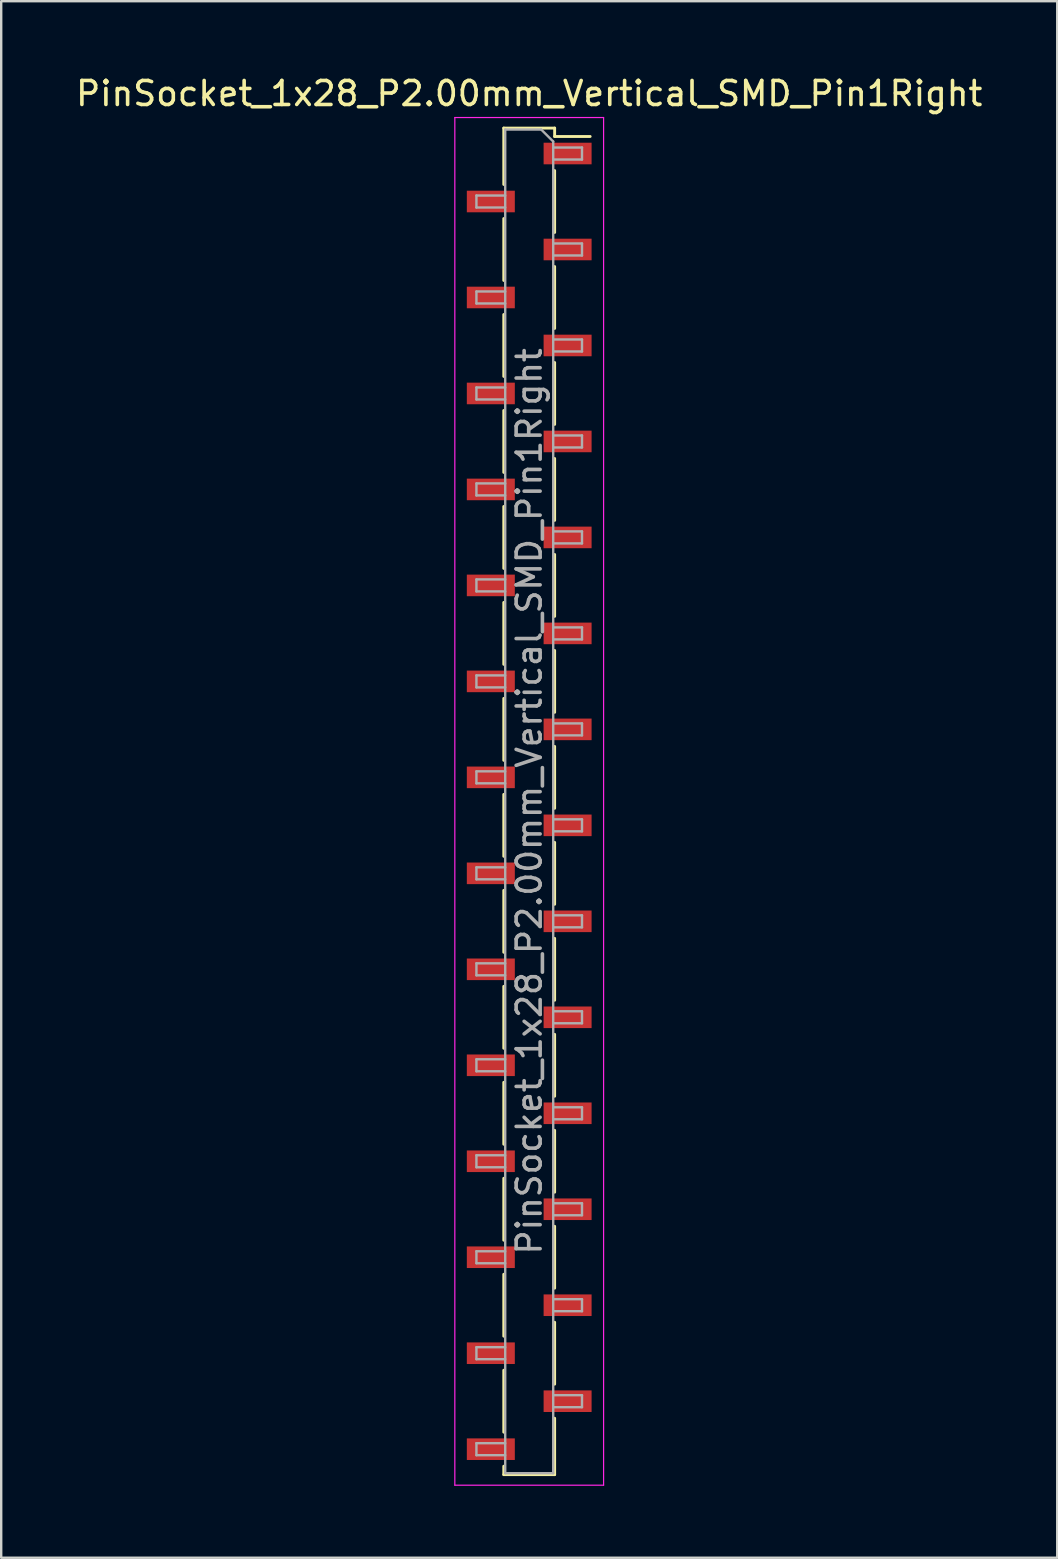
<source format=kicad_pcb>
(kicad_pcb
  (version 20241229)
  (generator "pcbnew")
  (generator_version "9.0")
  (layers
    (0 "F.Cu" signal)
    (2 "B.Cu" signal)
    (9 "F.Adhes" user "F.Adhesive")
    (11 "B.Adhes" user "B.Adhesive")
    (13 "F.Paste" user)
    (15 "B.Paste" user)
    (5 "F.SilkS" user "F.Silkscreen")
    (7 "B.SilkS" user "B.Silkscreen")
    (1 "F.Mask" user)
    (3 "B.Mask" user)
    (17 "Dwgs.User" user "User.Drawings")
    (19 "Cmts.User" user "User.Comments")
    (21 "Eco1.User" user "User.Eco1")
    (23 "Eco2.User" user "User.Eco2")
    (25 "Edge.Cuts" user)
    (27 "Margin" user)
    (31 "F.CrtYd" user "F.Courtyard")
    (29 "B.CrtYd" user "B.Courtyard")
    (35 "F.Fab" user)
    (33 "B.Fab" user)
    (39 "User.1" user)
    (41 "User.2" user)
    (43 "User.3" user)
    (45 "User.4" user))
  (footprint "PinSocket_1x28_P2.00mm_Vertical_SMD_Pin1Right"
    (layer "F.Cu")
    (at 19.006 30.348)
    (property "Reference" "PinSocket_1x28_P2.00mm_Vertical_SMD_Pin1Right" (at 0 -29.5 0) (layer "F.SilkS") (effects (font (size 1 1) (thickness 0.15))))
    (attr smd)
    (fp_line (start -1.06 -28.06) (end -1.06 -25.71) (stroke (width 0.12) (type solid)) (layer "F.SilkS"))
    (fp_line (start -1.06 -28.06) (end 1.06 -28.06) (stroke (width 0.12) (type solid)) (layer "F.SilkS"))
    (fp_line (start -1.06 -24.29) (end -1.06 -21.71) (stroke (width 0.12) (type solid)) (layer "F.SilkS"))
    (fp_line (start -1.06 -20.29) (end -1.06 -17.71) (stroke (width 0.12) (type solid)) (layer "F.SilkS"))
    (fp_line (start -1.06 -16.29) (end -1.06 -13.71) (stroke (width 0.12) (type solid)) (layer "F.SilkS"))
    (fp_line (start -1.06 -12.29) (end -1.06 -9.71) (stroke (width 0.12) (type solid)) (layer "F.SilkS"))
    (fp_line (start -1.06 -8.29) (end -1.06 -5.71) (stroke (width 0.12) (type solid)) (layer "F.SilkS"))
    (fp_line (start -1.06 -4.29) (end -1.06 -1.71) (stroke (width 0.12) (type solid)) (layer "F.SilkS"))
    (fp_line (start -1.06 -0.29) (end -1.06 2.29) (stroke (width 0.12) (type solid)) (layer "F.SilkS"))
    (fp_line (start -1.06 3.71) (end -1.06 6.29) (stroke (width 0.12) (type solid)) (layer "F.SilkS"))
    (fp_line (start -1.06 7.71) (end -1.06 10.29) (stroke (width 0.12) (type solid)) (layer "F.SilkS"))
    (fp_line (start -1.06 11.71) (end -1.06 14.29) (stroke (width 0.12) (type solid)) (layer "F.SilkS"))
    (fp_line (start -1.06 15.71) (end -1.06 18.29) (stroke (width 0.12) (type solid)) (layer "F.SilkS"))
    (fp_line (start -1.06 19.71) (end -1.06 22.29) (stroke (width 0.12) (type solid)) (layer "F.SilkS"))
    (fp_line (start -1.06 23.71) (end -1.06 26.29) (stroke (width 0.12) (type solid)) (layer "F.SilkS"))
    (fp_line (start -1.06 27.71) (end -1.06 28.06) (stroke (width 0.12) (type solid)) (layer "F.SilkS"))
    (fp_line (start -1.06 28.06) (end 1.06 28.06) (stroke (width 0.12) (type solid)) (layer "F.SilkS"))
    (fp_line (start 1.06 -28.06) (end 1.06 -27.71) (stroke (width 0.12) (type solid)) (layer "F.SilkS"))
    (fp_line (start 1.06 -27.71) (end 2.54 -27.71) (stroke (width 0.12) (type solid)) (layer "F.SilkS"))
    (fp_line (start 1.06 -26.29) (end 1.06 -23.71) (stroke (width 0.12) (type solid)) (layer "F.SilkS"))
    (fp_line (start 1.06 -22.29) (end 1.06 -19.71) (stroke (width 0.12) (type solid)) (layer "F.SilkS"))
    (fp_line (start 1.06 -18.29) (end 1.06 -15.71) (stroke (width 0.12) (type solid)) (layer "F.SilkS"))
    (fp_line (start 1.06 -14.29) (end 1.06 -11.71) (stroke (width 0.12) (type solid)) (layer "F.SilkS"))
    (fp_line (start 1.06 -10.29) (end 1.06 -7.71) (stroke (width 0.12) (type solid)) (layer "F.SilkS"))
    (fp_line (start 1.06 -6.29) (end 1.06 -3.71) (stroke (width 0.12) (type solid)) (layer "F.SilkS"))
    (fp_line (start 1.06 -2.29) (end 1.06 0.29) (stroke (width 0.12) (type solid)) (layer "F.SilkS"))
    (fp_line (start 1.06 1.71) (end 1.06 4.29) (stroke (width 0.12) (type solid)) (layer "F.SilkS"))
    (fp_line (start 1.06 5.71) (end 1.06 8.29) (stroke (width 0.12) (type solid)) (layer "F.SilkS"))
    (fp_line (start 1.06 9.71) (end 1.06 12.29) (stroke (width 0.12) (type solid)) (layer "F.SilkS"))
    (fp_line (start 1.06 13.71) (end 1.06 16.29) (stroke (width 0.12) (type solid)) (layer "F.SilkS"))
    (fp_line (start 1.06 17.71) (end 1.06 20.29) (stroke (width 0.12) (type solid)) (layer "F.SilkS"))
    (fp_line (start 1.06 21.71) (end 1.06 24.29) (stroke (width 0.12) (type solid)) (layer "F.SilkS"))
    (fp_line (start 1.06 25.71) (end 1.06 28.06) (stroke (width 0.12) (type solid)) (layer "F.SilkS"))
    (fp_line (start -3.1 -28.5) (end 3.1 -28.5) (stroke (width 0.05) (type solid)) (layer "F.CrtYd"))
    (fp_line (start -3.1 28.5) (end -3.1 -28.5) (stroke (width 0.05) (type solid)) (layer "F.CrtYd"))
    (fp_line (start 3.1 -28.5) (end 3.1 28.5) (stroke (width 0.05) (type solid)) (layer "F.CrtYd"))
    (fp_line (start 3.1 28.5) (end -3.1 28.5) (stroke (width 0.05) (type solid)) (layer "F.CrtYd"))
    (fp_line (start -2.2 -25.25) (end -1 -25.25) (stroke (width 0.1) (type solid)) (layer "F.Fab"))
    (fp_line (start -2.2 -24.75) (end -2.2 -25.25) (stroke (width 0.1) (type solid)) (layer "F.Fab"))
    (fp_line (start -2.2 -21.25) (end -1 -21.25) (stroke (width 0.1) (type solid)) (layer "F.Fab"))
    (fp_line (start -2.2 -20.75) (end -2.2 -21.25) (stroke (width 0.1) (type solid)) (layer "F.Fab"))
    (fp_line (start -2.2 -17.25) (end -1 -17.25) (stroke (width 0.1) (type solid)) (layer "F.Fab"))
    (fp_line (start -2.2 -16.75) (end -2.2 -17.25) (stroke (width 0.1) (type solid)) (layer "F.Fab"))
    (fp_line (start -2.2 -13.25) (end -1 -13.25) (stroke (width 0.1) (type solid)) (layer "F.Fab"))
    (fp_line (start -2.2 -12.75) (end -2.2 -13.25) (stroke (width 0.1) (type solid)) (layer "F.Fab"))
    (fp_line (start -2.2 -9.25) (end -1 -9.25) (stroke (width 0.1) (type solid)) (layer "F.Fab"))
    (fp_line (start -2.2 -8.75) (end -2.2 -9.25) (stroke (width 0.1) (type solid)) (layer "F.Fab"))
    (fp_line (start -2.2 -5.25) (end -1 -5.25) (stroke (width 0.1) (type solid)) (layer "F.Fab"))
    (fp_line (start -2.2 -4.75) (end -2.2 -5.25) (stroke (width 0.1) (type solid)) (layer "F.Fab"))
    (fp_line (start -2.2 -1.25) (end -1 -1.25) (stroke (width 0.1) (type solid)) (layer "F.Fab"))
    (fp_line (start -2.2 -0.75) (end -2.2 -1.25) (stroke (width 0.1) (type solid)) (layer "F.Fab"))
    (fp_line (start -2.2 2.75) (end -1 2.75) (stroke (width 0.1) (type solid)) (layer "F.Fab"))
    (fp_line (start -2.2 3.25) (end -2.2 2.75) (stroke (width 0.1) (type solid)) (layer "F.Fab"))
    (fp_line (start -2.2 6.75) (end -1 6.75) (stroke (width 0.1) (type solid)) (layer "F.Fab"))
    (fp_line (start -2.2 7.25) (end -2.2 6.75) (stroke (width 0.1) (type solid)) (layer "F.Fab"))
    (fp_line (start -2.2 10.75) (end -1 10.75) (stroke (width 0.1) (type solid)) (layer "F.Fab"))
    (fp_line (start -2.2 11.25) (end -2.2 10.75) (stroke (width 0.1) (type solid)) (layer "F.Fab"))
    (fp_line (start -2.2 14.75) (end -1 14.75) (stroke (width 0.1) (type solid)) (layer "F.Fab"))
    (fp_line (start -2.2 15.25) (end -2.2 14.75) (stroke (width 0.1) (type solid)) (layer "F.Fab"))
    (fp_line (start -2.2 18.75) (end -1 18.75) (stroke (width 0.1) (type solid)) (layer "F.Fab"))
    (fp_line (start -2.2 19.25) (end -2.2 18.75) (stroke (width 0.1) (type solid)) (layer "F.Fab"))
    (fp_line (start -2.2 22.75) (end -1 22.75) (stroke (width 0.1) (type solid)) (layer "F.Fab"))
    (fp_line (start -2.2 23.25) (end -2.2 22.75) (stroke (width 0.1) (type solid)) (layer "F.Fab"))
    (fp_line (start -2.2 26.75) (end -1 26.75) (stroke (width 0.1) (type solid)) (layer "F.Fab"))
    (fp_line (start -2.2 27.25) (end -2.2 26.75) (stroke (width 0.1) (type solid)) (layer "F.Fab"))
    (fp_line (start -1 -28) (end 0.5 -28) (stroke (width 0.1) (type solid)) (layer "F.Fab"))
    (fp_line (start -1 -24.75) (end -2.2 -24.75) (stroke (width 0.1) (type solid)) (layer "F.Fab"))
    (fp_line (start -1 -20.75) (end -2.2 -20.75) (stroke (width 0.1) (type solid)) (layer "F.Fab"))
    (fp_line (start -1 -16.75) (end -2.2 -16.75) (stroke (width 0.1) (type solid)) (layer "F.Fab"))
    (fp_line (start -1 -12.75) (end -2.2 -12.75) (stroke (width 0.1) (type solid)) (layer "F.Fab"))
    (fp_line (start -1 -8.75) (end -2.2 -8.75) (stroke (width 0.1) (type solid)) (layer "F.Fab"))
    (fp_line (start -1 -4.75) (end -2.2 -4.75) (stroke (width 0.1) (type solid)) (layer "F.Fab"))
    (fp_line (start -1 -0.75) (end -2.2 -0.75) (stroke (width 0.1) (type solid)) (layer "F.Fab"))
    (fp_line (start -1 3.25) (end -2.2 3.25) (stroke (width 0.1) (type solid)) (layer "F.Fab"))
    (fp_line (start -1 7.25) (end -2.2 7.25) (stroke (width 0.1) (type solid)) (layer "F.Fab"))
    (fp_line (start -1 11.25) (end -2.2 11.25) (stroke (width 0.1) (type solid)) (layer "F.Fab"))
    (fp_line (start -1 15.25) (end -2.2 15.25) (stroke (width 0.1) (type solid)) (layer "F.Fab"))
    (fp_line (start -1 19.25) (end -2.2 19.25) (stroke (width 0.1) (type solid)) (layer "F.Fab"))
    (fp_line (start -1 23.25) (end -2.2 23.25) (stroke (width 0.1) (type solid)) (layer "F.Fab"))
    (fp_line (start -1 27.25) (end -2.2 27.25) (stroke (width 0.1) (type solid)) (layer "F.Fab"))
    (fp_line (start -1 28) (end -1 -28) (stroke (width 0.1) (type solid)) (layer "F.Fab"))
    (fp_line (start 0.5 -28) (end 1 -27.5) (stroke (width 0.1) (type solid)) (layer "F.Fab"))
    (fp_line (start 1 -27.5) (end 1 28) (stroke (width 0.1) (type solid)) (layer "F.Fab"))
    (fp_line (start 1 -27.25) (end 2.2 -27.25) (stroke (width 0.1) (type solid)) (layer "F.Fab"))
    (fp_line (start 1 -23.25) (end 2.2 -23.25) (stroke (width 0.1) (type solid)) (layer "F.Fab"))
    (fp_line (start 1 -19.25) (end 2.2 -19.25) (stroke (width 0.1) (type solid)) (layer "F.Fab"))
    (fp_line (start 1 -15.25) (end 2.2 -15.25) (stroke (width 0.1) (type solid)) (layer "F.Fab"))
    (fp_line (start 1 -11.25) (end 2.2 -11.25) (stroke (width 0.1) (type solid)) (layer "F.Fab"))
    (fp_line (start 1 -7.25) (end 2.2 -7.25) (stroke (width 0.1) (type solid)) (layer "F.Fab"))
    (fp_line (start 1 -3.25) (end 2.2 -3.25) (stroke (width 0.1) (type solid)) (layer "F.Fab"))
    (fp_line (start 1 0.75) (end 2.2 0.75) (stroke (width 0.1) (type solid)) (layer "F.Fab"))
    (fp_line (start 1 4.75) (end 2.2 4.75) (stroke (width 0.1) (type solid)) (layer "F.Fab"))
    (fp_line (start 1 8.75) (end 2.2 8.75) (stroke (width 0.1) (type solid)) (layer "F.Fab"))
    (fp_line (start 1 12.75) (end 2.2 12.75) (stroke (width 0.1) (type solid)) (layer "F.Fab"))
    (fp_line (start 1 16.75) (end 2.2 16.75) (stroke (width 0.1) (type solid)) (layer "F.Fab"))
    (fp_line (start 1 20.75) (end 2.2 20.75) (stroke (width 0.1) (type solid)) (layer "F.Fab"))
    (fp_line (start 1 24.75) (end 2.2 24.75) (stroke (width 0.1) (type solid)) (layer "F.Fab"))
    (fp_line (start 1 28) (end -1 28) (stroke (width 0.1) (type solid)) (layer "F.Fab"))
    (fp_line (start 2.2 -27.25) (end 2.2 -26.75) (stroke (width 0.1) (type solid)) (layer "F.Fab"))
    (fp_line (start 2.2 -26.75) (end 1 -26.75) (stroke (width 0.1) (type solid)) (layer "F.Fab"))
    (fp_line (start 2.2 -23.25) (end 2.2 -22.75) (stroke (width 0.1) (type solid)) (layer "F.Fab"))
    (fp_line (start 2.2 -22.75) (end 1 -22.75) (stroke (width 0.1) (type solid)) (layer "F.Fab"))
    (fp_line (start 2.2 -19.25) (end 2.2 -18.75) (stroke (width 0.1) (type solid)) (layer "F.Fab"))
    (fp_line (start 2.2 -18.75) (end 1 -18.75) (stroke (width 0.1) (type solid)) (layer "F.Fab"))
    (fp_line (start 2.2 -15.25) (end 2.2 -14.75) (stroke (width 0.1) (type solid)) (layer "F.Fab"))
    (fp_line (start 2.2 -14.75) (end 1 -14.75) (stroke (width 0.1) (type solid)) (layer "F.Fab"))
    (fp_line (start 2.2 -11.25) (end 2.2 -10.75) (stroke (width 0.1) (type solid)) (layer "F.Fab"))
    (fp_line (start 2.2 -10.75) (end 1 -10.75) (stroke (width 0.1) (type solid)) (layer "F.Fab"))
    (fp_line (start 2.2 -7.25) (end 2.2 -6.75) (stroke (width 0.1) (type solid)) (layer "F.Fab"))
    (fp_line (start 2.2 -6.75) (end 1 -6.75) (stroke (width 0.1) (type solid)) (layer "F.Fab"))
    (fp_line (start 2.2 -3.25) (end 2.2 -2.75) (stroke (width 0.1) (type solid)) (layer "F.Fab"))
    (fp_line (start 2.2 -2.75) (end 1 -2.75) (stroke (width 0.1) (type solid)) (layer "F.Fab"))
    (fp_line (start 2.2 0.75) (end 2.2 1.25) (stroke (width 0.1) (type solid)) (layer "F.Fab"))
    (fp_line (start 2.2 1.25) (end 1 1.25) (stroke (width 0.1) (type solid)) (layer "F.Fab"))
    (fp_line (start 2.2 4.75) (end 2.2 5.25) (stroke (width 0.1) (type solid)) (layer "F.Fab"))
    (fp_line (start 2.2 5.25) (end 1 5.25) (stroke (width 0.1) (type solid)) (layer "F.Fab"))
    (fp_line (start 2.2 8.75) (end 2.2 9.25) (stroke (width 0.1) (type solid)) (layer "F.Fab"))
    (fp_line (start 2.2 9.25) (end 1 9.25) (stroke (width 0.1) (type solid)) (layer "F.Fab"))
    (fp_line (start 2.2 12.75) (end 2.2 13.25) (stroke (width 0.1) (type solid)) (layer "F.Fab"))
    (fp_line (start 2.2 13.25) (end 1 13.25) (stroke (width 0.1) (type solid)) (layer "F.Fab"))
    (fp_line (start 2.2 16.75) (end 2.2 17.25) (stroke (width 0.1) (type solid)) (layer "F.Fab"))
    (fp_line (start 2.2 17.25) (end 1 17.25) (stroke (width 0.1) (type solid)) (layer "F.Fab"))
    (fp_line (start 2.2 20.75) (end 2.2 21.25) (stroke (width 0.1) (type solid)) (layer "F.Fab"))
    (fp_line (start 2.2 21.25) (end 1 21.25) (stroke (width 0.1) (type solid)) (layer "F.Fab"))
    (fp_line (start 2.2 24.75) (end 2.2 25.25) (stroke (width 0.1) (type solid)) (layer "F.Fab"))
    (fp_line (start 2.2 25.25) (end 1 25.25) (stroke (width 0.1) (type solid)) (layer "F.Fab"))
    (fp_text user "${REFERENCE}" (at 0 0 90) (layer "F.Fab") (effects (font (size 1 1) (thickness 0.15))))
    (pad "1" smd rect (at 1.6 -27) (size 2 0.9) (layers "F.Cu" "F.Mask" "F.Paste"))
    (pad "2" smd rect (at -1.6 -25) (size 2 0.9) (layers "F.Cu" "F.Mask" "F.Paste"))
    (pad "3" smd rect (at 1.6 -23) (size 2 0.9) (layers "F.Cu" "F.Mask" "F.Paste"))
    (pad "4" smd rect (at -1.6 -21) (size 2 0.9) (layers "F.Cu" "F.Mask" "F.Paste"))
    (pad "5" smd rect (at 1.6 -19) (size 2 0.9) (layers "F.Cu" "F.Mask" "F.Paste"))
    (pad "6" smd rect (at -1.6 -17) (size 2 0.9) (layers "F.Cu" "F.Mask" "F.Paste"))
    (pad "7" smd rect (at 1.6 -15) (size 2 0.9) (layers "F.Cu" "F.Mask" "F.Paste"))
    (pad "8" smd rect (at -1.6 -13) (size 2 0.9) (layers "F.Cu" "F.Mask" "F.Paste"))
    (pad "9" smd rect (at 1.6 -11) (size 2 0.9) (layers "F.Cu" "F.Mask" "F.Paste"))
    (pad "10" smd rect (at -1.6 -9) (size 2 0.9) (layers "F.Cu" "F.Mask" "F.Paste"))
    (pad "11" smd rect (at 1.6 -7) (size 2 0.9) (layers "F.Cu" "F.Mask" "F.Paste"))
    (pad "12" smd rect (at -1.6 -5) (size 2 0.9) (layers "F.Cu" "F.Mask" "F.Paste"))
    (pad "13" smd rect (at 1.6 -3) (size 2 0.9) (layers "F.Cu" "F.Mask" "F.Paste"))
    (pad "14" smd rect (at -1.6 -1) (size 2 0.9) (layers "F.Cu" "F.Mask" "F.Paste"))
    (pad "15" smd rect (at 1.6 1) (size 2 0.9) (layers "F.Cu" "F.Mask" "F.Paste"))
    (pad "16" smd rect (at -1.6 3) (size 2 0.9) (layers "F.Cu" "F.Mask" "F.Paste"))
    (pad "17" smd rect (at 1.6 5) (size 2 0.9) (layers "F.Cu" "F.Mask" "F.Paste"))
    (pad "18" smd rect (at -1.6 7) (size 2 0.9) (layers "F.Cu" "F.Mask" "F.Paste"))
    (pad "19" smd rect (at 1.6 9) (size 2 0.9) (layers "F.Cu" "F.Mask" "F.Paste"))
    (pad "20" smd rect (at -1.6 11) (size 2 0.9) (layers "F.Cu" "F.Mask" "F.Paste"))
    (pad "21" smd rect (at 1.6 13) (size 2 0.9) (layers "F.Cu" "F.Mask" "F.Paste"))
    (pad "22" smd rect (at -1.6 15) (size 2 0.9) (layers "F.Cu" "F.Mask" "F.Paste"))
    (pad "23" smd rect (at 1.6 17) (size 2 0.9) (layers "F.Cu" "F.Mask" "F.Paste"))
    (pad "24" smd rect (at -1.6 19) (size 2 0.9) (layers "F.Cu" "F.Mask" "F.Paste"))
    (pad "25" smd rect (at 1.6 21) (size 2 0.9) (layers "F.Cu" "F.Mask" "F.Paste"))
    (pad "26" smd rect (at -1.6 23) (size 2 0.9) (layers "F.Cu" "F.Mask" "F.Paste"))
    (pad "27" smd rect (at 1.6 25) (size 2 0.9) (layers "F.Cu" "F.Mask" "F.Paste"))
    (pad "28" smd rect (at -1.6 27) (size 2 0.9) (layers "F.Cu" "F.Mask" "F.Paste")))
  (gr_rect
    (start -3 -3)
    (end 41.012 61.873)
    (stroke (width 0.1) (type default))
    (fill no)
    (layer "Edge.Cuts")))
</source>
